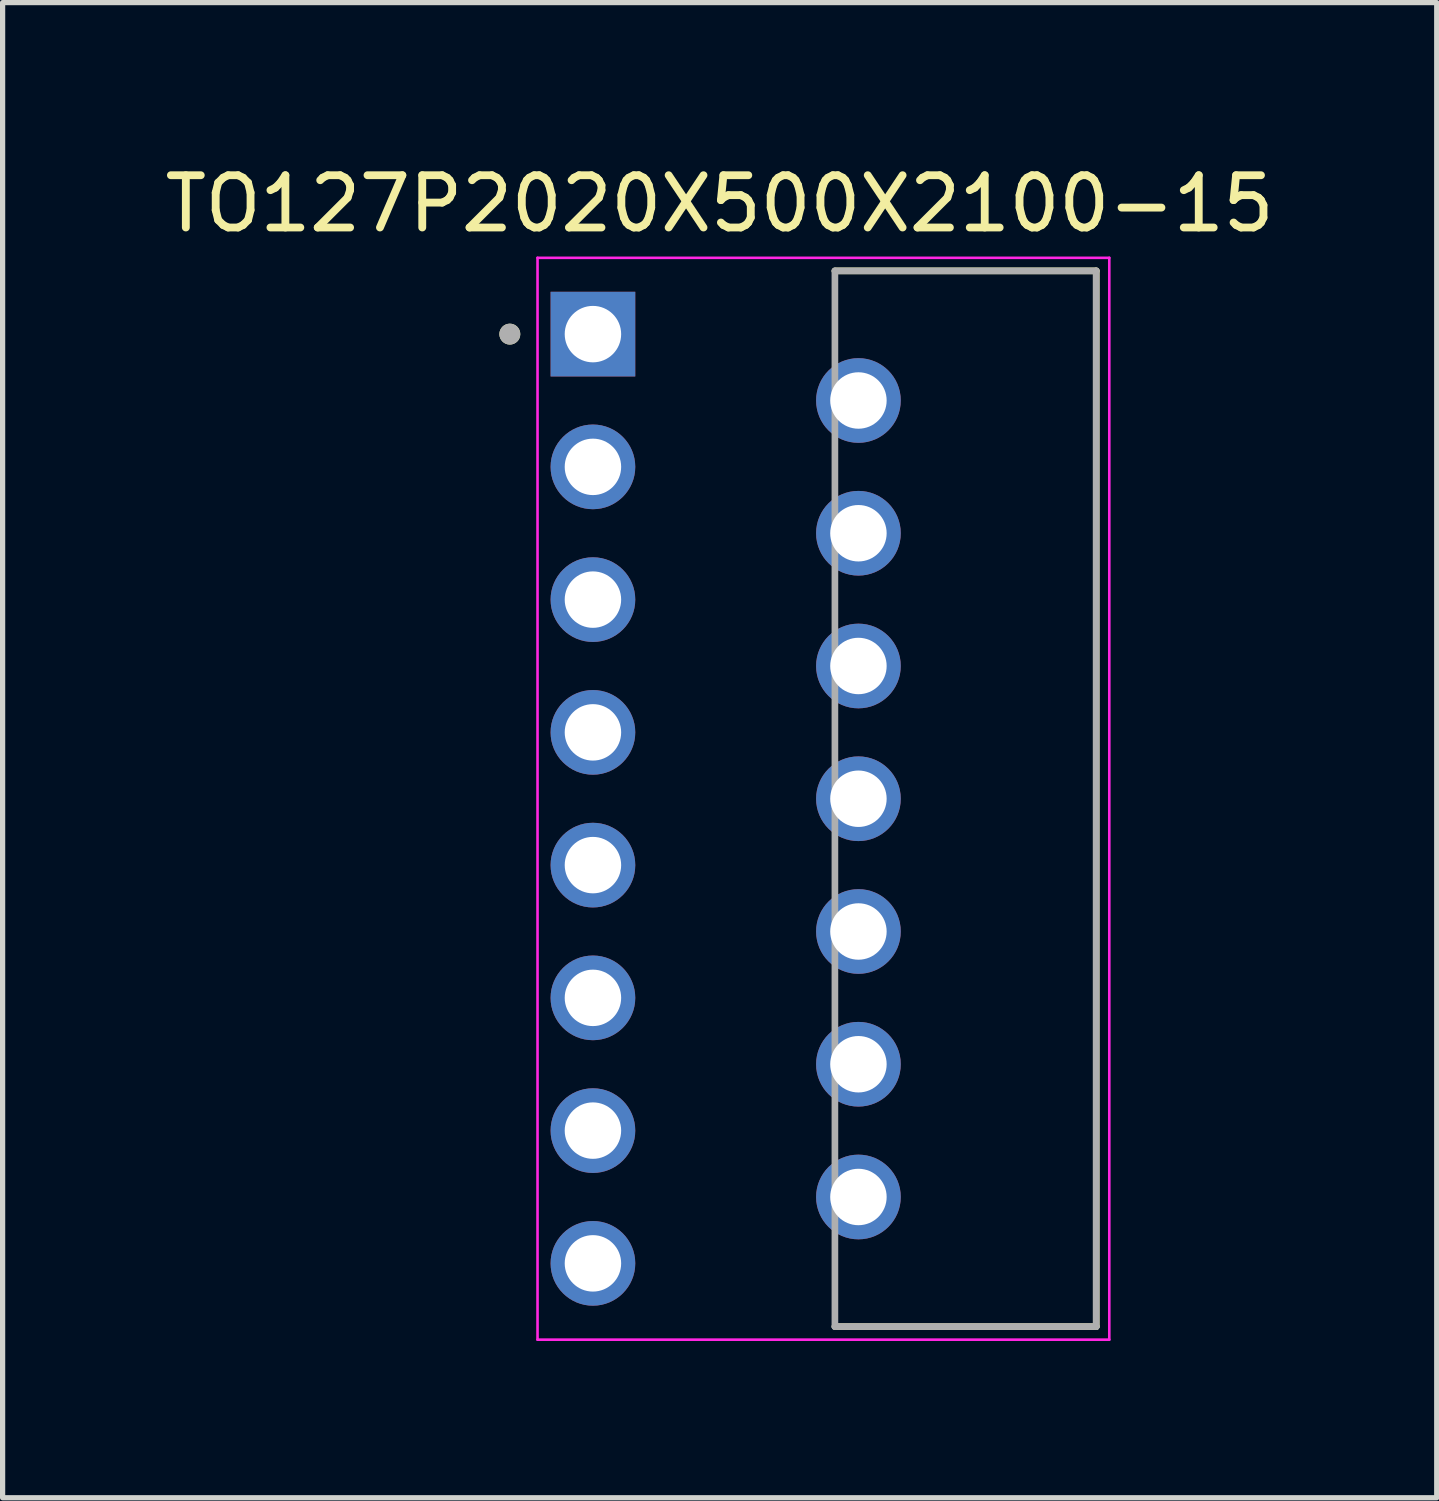
<source format=kicad_pcb>
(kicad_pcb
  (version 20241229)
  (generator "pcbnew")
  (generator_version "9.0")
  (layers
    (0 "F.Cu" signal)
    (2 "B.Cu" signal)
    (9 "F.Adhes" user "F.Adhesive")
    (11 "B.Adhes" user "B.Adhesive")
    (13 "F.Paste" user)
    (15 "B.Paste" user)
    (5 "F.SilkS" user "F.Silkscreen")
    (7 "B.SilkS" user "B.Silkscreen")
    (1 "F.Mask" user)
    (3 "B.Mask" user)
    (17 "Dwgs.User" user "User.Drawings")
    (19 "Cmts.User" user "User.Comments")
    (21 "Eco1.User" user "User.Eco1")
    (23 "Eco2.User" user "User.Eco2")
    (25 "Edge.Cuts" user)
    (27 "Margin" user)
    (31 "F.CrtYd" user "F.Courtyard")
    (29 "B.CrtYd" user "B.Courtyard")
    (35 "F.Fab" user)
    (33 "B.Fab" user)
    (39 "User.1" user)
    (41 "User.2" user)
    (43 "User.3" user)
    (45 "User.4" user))
  (footprint "TO127P2020X500X2100-15"
    (layer "F.Cu")
    (at 8.295 3.343)
    (property "Reference" "TO127P2020X500X2100-15" (at 2.425 -2.495 0) (layer "F.SilkS") (effects (font (size 1 1) (thickness 0.15))))
    (attr through_hole)
    (fp_line (start 4.63 18.99) (end 9.63 18.99) (stroke (width 0.127) (type solid)) (layer "F.SilkS"))
    (fp_line (start 9.63 -1.21) (end 4.63 -1.21) (stroke (width 0.127) (type solid)) (layer "F.SilkS"))
    (fp_line (start 9.63 18.99) (end 9.63 -1.21) (stroke (width 0.127) (type solid)) (layer "F.SilkS"))
    (fp_circle (center -1.59 0) (end -1.49 0) (stroke (width 0.2) (type solid)) (fill no) (layer "F.SilkS"))
    (fp_line (start -1.06 -1.46) (end -1.06 19.24) (stroke (width 0.05) (type solid)) (layer "F.CrtYd"))
    (fp_line (start -1.06 19.24) (end 9.88 19.24) (stroke (width 0.05) (type solid)) (layer "F.CrtYd"))
    (fp_line (start 9.88 -1.46) (end -1.06 -1.46) (stroke (width 0.05) (type solid)) (layer "F.CrtYd"))
    (fp_line (start 9.88 19.24) (end 9.88 -1.46) (stroke (width 0.05) (type solid)) (layer "F.CrtYd"))
    (fp_line (start 4.63 -1.21) (end 4.63 18.99) (stroke (width 0.127) (type solid)) (layer "F.Fab"))
    (fp_line (start 4.63 18.99) (end 9.63 18.99) (stroke (width 0.127) (type solid)) (layer "F.Fab"))
    (fp_line (start 9.63 -1.21) (end 4.63 -1.21) (stroke (width 0.127) (type solid)) (layer "F.Fab"))
    (fp_line (start 9.63 18.99) (end 9.63 -1.21) (stroke (width 0.127) (type solid)) (layer "F.Fab"))
    (fp_circle (center -1.59 0) (end -1.49 0) (stroke (width 0.2) (type solid)) (fill no) (layer "F.Fab"))
    (pad "1" thru_hole rect (at 0 0) (size 1.62 1.62) (drill 1.08) (layers "*.Cu" "*.Mask"))
    (pad "2" thru_hole circle (at 5.08 1.27) (size 1.62 1.62) (drill 1.08) (layers "*.Cu" "*.Mask"))
    (pad "3" thru_hole circle (at 0 2.54) (size 1.62 1.62) (drill 1.08) (layers "*.Cu" "*.Mask"))
    (pad "4" thru_hole circle (at 5.08 3.81) (size 1.62 1.62) (drill 1.08) (layers "*.Cu" "*.Mask"))
    (pad "5" thru_hole circle (at 0 5.08) (size 1.62 1.62) (drill 1.08) (layers "*.Cu" "*.Mask"))
    (pad "6" thru_hole circle (at 5.08 6.35) (size 1.62 1.62) (drill 1.08) (layers "*.Cu" "*.Mask"))
    (pad "7" thru_hole circle (at 0 7.62) (size 1.62 1.62) (drill 1.08) (layers "*.Cu" "*.Mask"))
    (pad "8" thru_hole circle (at 5.08 8.89) (size 1.62 1.62) (drill 1.08) (layers "*.Cu" "*.Mask"))
    (pad "9" thru_hole circle (at 0 10.16) (size 1.62 1.62) (drill 1.08) (layers "*.Cu" "*.Mask"))
    (pad "10" thru_hole circle (at 5.08 11.43) (size 1.62 1.62) (drill 1.08) (layers "*.Cu" "*.Mask"))
    (pad "11" thru_hole circle (at 0 12.7) (size 1.62 1.62) (drill 1.08) (layers "*.Cu" "*.Mask"))
    (pad "12" thru_hole circle (at 5.08 13.97) (size 1.62 1.62) (drill 1.08) (layers "*.Cu" "*.Mask"))
    (pad "13" thru_hole circle (at 0 15.24) (size 1.62 1.62) (drill 1.08) (layers "*.Cu" "*.Mask"))
    (pad "14" thru_hole circle (at 5.08 16.51) (size 1.62 1.62) (drill 1.08) (layers "*.Cu" "*.Mask"))
    (pad "15" thru_hole circle (at 0 17.78) (size 1.62 1.62) (drill 1.08) (layers "*.Cu" "*.Mask")))
  (gr_rect
    (start -3 -3)
    (end 24.44 25.608)
    (stroke (width 0.1) (type default))
    (fill no)
    (layer "Edge.Cuts")))
</source>
